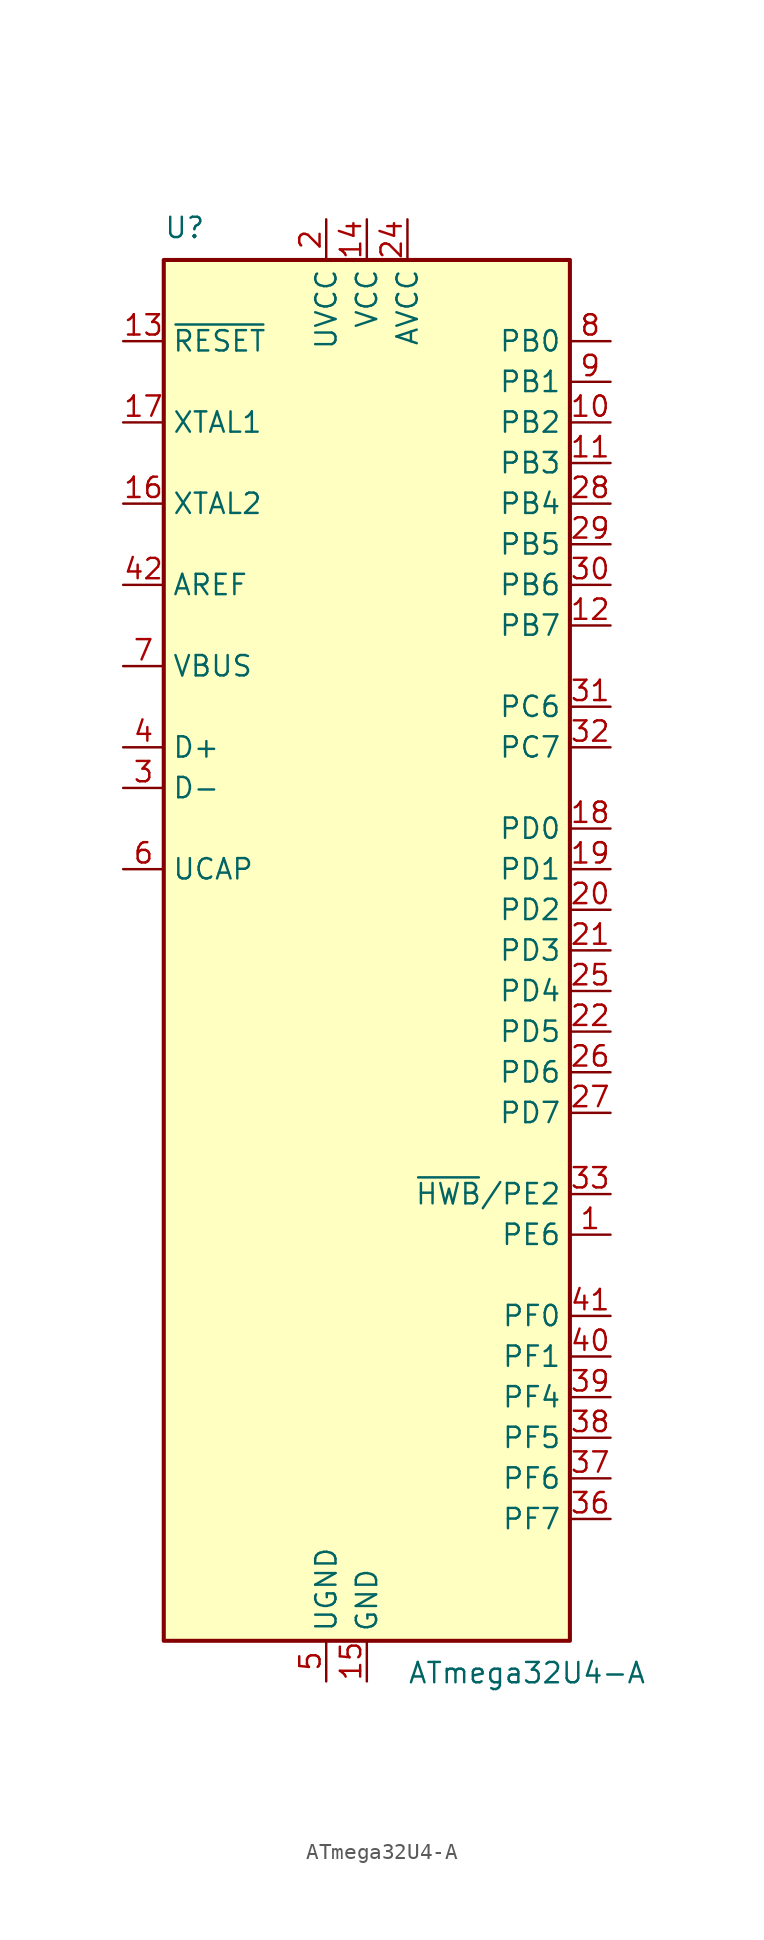
<source format=kicad_sym>
(kicad_symbol_lib
  (version 20220914)
  (generator kicad_symbol_editor)
  (symbol "ATmega32U4-A"
    (property "Reference" "U"
      (at -12.7 44.45 0)
      (effects (font (size 1.27 1.27)) (justify left bottom)))
    (property "Value" "ATmega32U4-A"
      (at 2.54 -44.45 0)
      (effects (font (size 1.27 1.27)) (justify left top)))
    (symbol "ATmega32U4-A_0_1"
      (rectangle (start -12.7 -43.18) (end 12.7 43.18) (stroke (width 0.254) (type default)) (fill (type background))))
    (symbol "ATmega32U4-A_1_1"
      (pin bidirectional line (at 15.24 -17.78 180) (length 2.54) (name "PE6" (effects (font (size 1.27 1.27)))) (number "1" (effects (font (size 1.27 1.27)))))
      (pin bidirectional line (at 15.24 33.02 180) (length 2.54) (name "PB2" (effects (font (size 1.27 1.27)))) (number "10" (effects (font (size 1.27 1.27)))))
      (pin bidirectional line (at 15.24 30.48 180) (length 2.54) (name "PB3" (effects (font (size 1.27 1.27)))) (number "11" (effects (font (size 1.27 1.27)))))
      (pin bidirectional line (at 15.24 20.32 180) (length 2.54) (name "PB7" (effects (font (size 1.27 1.27)))) (number "12" (effects (font (size 1.27 1.27)))))
      (pin input line (at -15.24 38.1 0) (length 2.54) (name "~{RESET}" (effects (font (size 1.27 1.27)))) (number "13" (effects (font (size 1.27 1.27)))))
      (pin power_in line (at 0 45.72 270) (length 2.54) (name "VCC" (effects (font (size 1.27 1.27)))) (number "14" (effects (font (size 1.27 1.27)))))
      (pin power_in line (at 0 -45.72 90) (length 2.54) (name "GND" (effects (font (size 1.27 1.27)))) (number "15" (effects (font (size 1.27 1.27)))))
      (pin output line (at -15.24 27.94 0) (length 2.54) (name "XTAL2" (effects (font (size 1.27 1.27)))) (number "16" (effects (font (size 1.27 1.27)))))
      (pin input line (at -15.24 33.02 0) (length 2.54) (name "XTAL1" (effects (font (size 1.27 1.27)))) (number "17" (effects (font (size 1.27 1.27)))))
      (pin bidirectional line (at 15.24 7.62 180) (length 2.54) (name "PD0" (effects (font (size 1.27 1.27)))) (number "18" (effects (font (size 1.27 1.27)))))
      (pin bidirectional line (at 15.24 5.08 180) (length 2.54) (name "PD1" (effects (font (size 1.27 1.27)))) (number "19" (effects (font (size 1.27 1.27)))))
      (pin power_in line (at -2.54 45.72 270) (length 2.54) (name "UVCC" (effects (font (size 1.27 1.27)))) (number "2" (effects (font (size 1.27 1.27)))))
      (pin bidirectional line (at 15.24 2.54 180) (length 2.54) (name "PD2" (effects (font (size 1.27 1.27)))) (number "20" (effects (font (size 1.27 1.27)))))
      (pin bidirectional line (at 15.24 0 180) (length 2.54) (name "PD3" (effects (font (size 1.27 1.27)))) (number "21" (effects (font (size 1.27 1.27)))))
      (pin bidirectional line (at 15.24 -5.08 180) (length 2.54) (name "PD5" (effects (font (size 1.27 1.27)))) (number "22" (effects (font (size 1.27 1.27)))))
      (pin passive line (at 0 -45.72 90) (length 2.54) hide (name "GND" (effects (font (size 1.27 1.27)))) (number "23" (effects (font (size 1.27 1.27)))))
      (pin power_in line (at 2.54 45.72 270) (length 2.54) (name "AVCC" (effects (font (size 1.27 1.27)))) (number "24" (effects (font (size 1.27 1.27)))))
      (pin bidirectional line (at 15.24 -2.54 180) (length 2.54) (name "PD4" (effects (font (size 1.27 1.27)))) (number "25" (effects (font (size 1.27 1.27)))))
      (pin bidirectional line (at 15.24 -7.62 180) (length 2.54) (name "PD6" (effects (font (size 1.27 1.27)))) (number "26" (effects (font (size 1.27 1.27)))))
      (pin bidirectional line (at 15.24 -10.16 180) (length 2.54) (name "PD7" (effects (font (size 1.27 1.27)))) (number "27" (effects (font (size 1.27 1.27)))))
      (pin bidirectional line (at 15.24 27.94 180) (length 2.54) (name "PB4" (effects (font (size 1.27 1.27)))) (number "28" (effects (font (size 1.27 1.27)))))
      (pin bidirectional line (at 15.24 25.4 180) (length 2.54) (name "PB5" (effects (font (size 1.27 1.27)))) (number "29" (effects (font (size 1.27 1.27)))))
      (pin bidirectional line (at -15.24 10.16 0) (length 2.54) (name "D-" (effects (font (size 1.27 1.27)))) (number "3" (effects (font (size 1.27 1.27)))))
      (pin bidirectional line (at 15.24 22.86 180) (length 2.54) (name "PB6" (effects (font (size 1.27 1.27)))) (number "30" (effects (font (size 1.27 1.27)))))
      (pin bidirectional line (at 15.24 15.24 180) (length 2.54) (name "PC6" (effects (font (size 1.27 1.27)))) (number "31" (effects (font (size 1.27 1.27)))))
      (pin bidirectional line (at 15.24 12.7 180) (length 2.54) (name "PC7" (effects (font (size 1.27 1.27)))) (number "32" (effects (font (size 1.27 1.27)))))
      (pin bidirectional line (at 15.24 -15.24 180) (length 2.54) (name "~{HWB}/PE2" (effects (font (size 1.27 1.27)))) (number "33" (effects (font (size 1.27 1.27)))))
      (pin passive line (at 0 45.72 270) (length 2.54) hide (name "VCC" (effects (font (size 1.27 1.27)))) (number "34" (effects (font (size 1.27 1.27)))))
      (pin passive line (at 0 -45.72 90) (length 2.54) hide (name "GND" (effects (font (size 1.27 1.27)))) (number "35" (effects (font (size 1.27 1.27)))))
      (pin bidirectional line (at 15.24 -35.56 180) (length 2.54) (name "PF7" (effects (font (size 1.27 1.27)))) (number "36" (effects (font (size 1.27 1.27)))))
      (pin bidirectional line (at 15.24 -33.02 180) (length 2.54) (name "PF6" (effects (font (size 1.27 1.27)))) (number "37" (effects (font (size 1.27 1.27)))))
      (pin bidirectional line (at 15.24 -30.48 180) (length 2.54) (name "PF5" (effects (font (size 1.27 1.27)))) (number "38" (effects (font (size 1.27 1.27)))))
      (pin bidirectional line (at 15.24 -27.94 180) (length 2.54) (name "PF4" (effects (font (size 1.27 1.27)))) (number "39" (effects (font (size 1.27 1.27)))))
      (pin bidirectional line (at -15.24 12.7 0) (length 2.54) (name "D+" (effects (font (size 1.27 1.27)))) (number "4" (effects (font (size 1.27 1.27)))))
      (pin bidirectional line (at 15.24 -25.4 180) (length 2.54) (name "PF1" (effects (font (size 1.27 1.27)))) (number "40" (effects (font (size 1.27 1.27)))))
      (pin bidirectional line (at 15.24 -22.86 180) (length 2.54) (name "PF0" (effects (font (size 1.27 1.27)))) (number "41" (effects (font (size 1.27 1.27)))))
      (pin passive line (at -15.24 22.86 0) (length 2.54) (name "AREF" (effects (font (size 1.27 1.27)))) (number "42" (effects (font (size 1.27 1.27)))))
      (pin passive line (at 0 -45.72 90) (length 2.54) hide (name "GND" (effects (font (size 1.27 1.27)))) (number "43" (effects (font (size 1.27 1.27)))))
      (pin passive line (at 2.54 45.72 270) (length 2.54) hide (name "AVCC" (effects (font (size 1.27 1.27)))) (number "44" (effects (font (size 1.27 1.27)))))
      (pin passive line (at -2.54 -45.72 90) (length 2.54) (name "UGND" (effects (font (size 1.27 1.27)))) (number "5" (effects (font (size 1.27 1.27)))))
      (pin passive line (at -15.24 5.08 0) (length 2.54) (name "UCAP" (effects (font (size 1.27 1.27)))) (number "6" (effects (font (size 1.27 1.27)))))
      (pin input line (at -15.24 17.78 0) (length 2.54) (name "VBUS" (effects (font (size 1.27 1.27)))) (number "7" (effects (font (size 1.27 1.27)))))
      (pin bidirectional line (at 15.24 38.1 180) (length 2.54) (name "PB0" (effects (font (size 1.27 1.27)))) (number "8" (effects (font (size 1.27 1.27)))))
      (pin bidirectional line (at 15.24 35.56 180) (length 2.54) (name "PB1" (effects (font (size 1.27 1.27)))) (number "9" (effects (font (size 1.27 1.27))))))))
</source>
